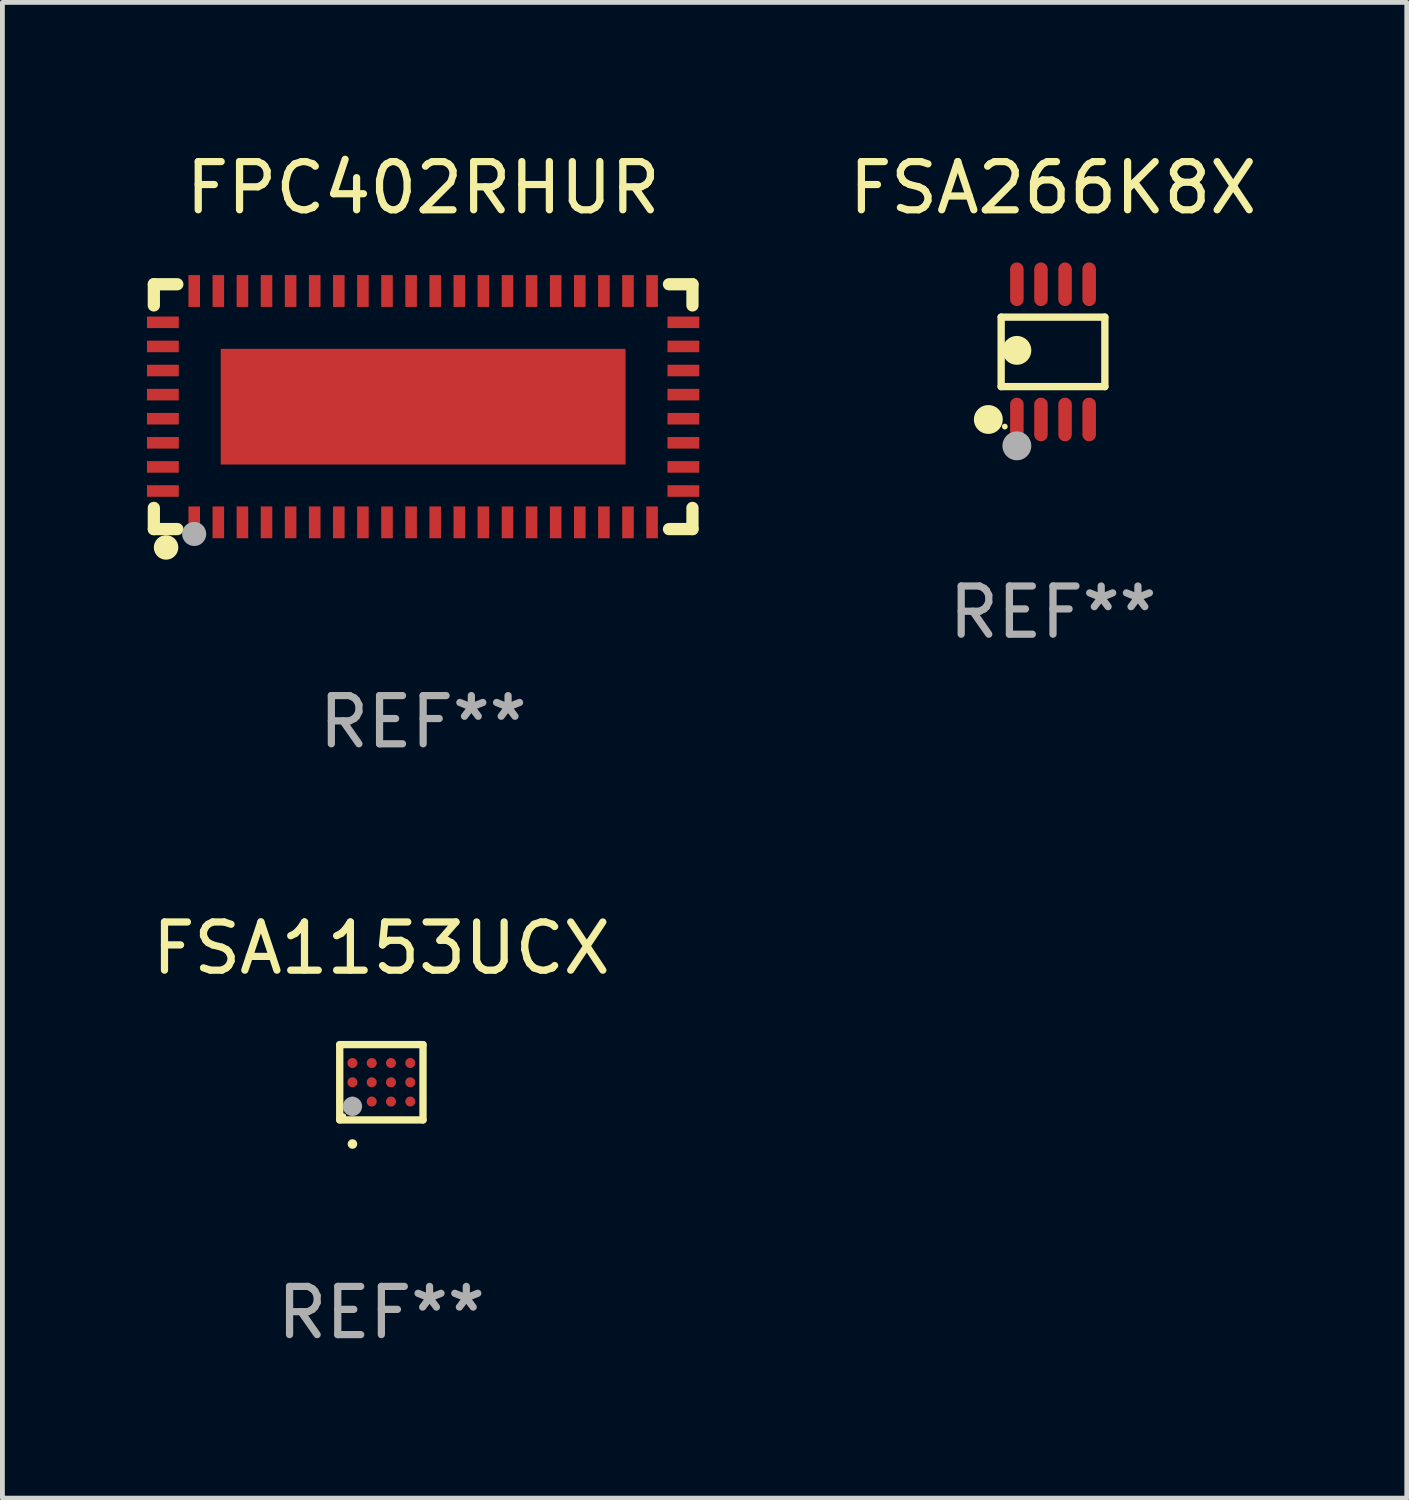
<source format=kicad_pcb>
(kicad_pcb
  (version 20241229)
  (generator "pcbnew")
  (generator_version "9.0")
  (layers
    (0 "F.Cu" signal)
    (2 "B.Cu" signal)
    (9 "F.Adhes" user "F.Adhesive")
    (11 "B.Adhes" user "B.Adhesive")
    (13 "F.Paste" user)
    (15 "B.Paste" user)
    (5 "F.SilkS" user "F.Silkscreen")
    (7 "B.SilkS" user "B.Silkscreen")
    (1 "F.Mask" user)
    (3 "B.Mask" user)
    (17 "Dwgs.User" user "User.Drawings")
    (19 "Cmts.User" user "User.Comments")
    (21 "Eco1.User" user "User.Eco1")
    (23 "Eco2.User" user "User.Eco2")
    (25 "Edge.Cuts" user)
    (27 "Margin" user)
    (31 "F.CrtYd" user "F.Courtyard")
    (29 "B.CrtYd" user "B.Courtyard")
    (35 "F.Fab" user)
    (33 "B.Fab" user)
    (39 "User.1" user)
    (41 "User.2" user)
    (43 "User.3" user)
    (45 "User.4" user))
  (footprint "FPC402RHUR"
    (layer "F.Cu")
    (at 5.73 5.388)
    (property "Reference" "FPC402RHUR" (at 0 -4.54 0) (layer "F.SilkS") (effects (font (size 1 1) (thickness 0.15))))
    (attr through_hole)
    (fp_line (start -5.588 -2.54) (end -5.101 -2.54) (stroke (width 0.254) (type solid)) (layer "F.SilkS"))
    (fp_line (start -5.588 -2.101) (end -5.588 -2.54) (stroke (width 0.254) (type solid)) (layer "F.SilkS"))
    (fp_line (start -5.588 2.54) (end -5.588 2.101) (stroke (width 0.254) (type solid)) (layer "F.SilkS"))
    (fp_line (start -5.101 2.54) (end -5.588 2.54) (stroke (width 0.254) (type solid)) (layer "F.SilkS"))
    (fp_line (start 5.101 -2.54) (end 5.588 -2.54) (stroke (width 0.254) (type solid)) (layer "F.SilkS"))
    (fp_line (start 5.588 -2.54) (end 5.588 -2.101) (stroke (width 0.254) (type solid)) (layer "F.SilkS"))
    (fp_line (start 5.588 2.101) (end 5.588 2.54) (stroke (width 0.254) (type solid)) (layer "F.SilkS"))
    (fp_line (start 5.588 2.54) (end 5.101 2.54) (stroke (width 0.254) (type solid)) (layer "F.SilkS"))
    (fp_circle (center -5.5 2.5) (end -5.47 2.5) (stroke (width 0.06) (type solid)) (fill no) (layer "F.SilkS"))
    (fp_circle (center -5.334 2.921) (end -5.207 2.921) (stroke (width 0.254) (type solid)) (fill no) (layer "F.SilkS"))
    (fp_circle (center -4.751 2.641) (end -4.626 2.641) (stroke (width 0.25) (type solid)) (fill no) (layer "F.Fab"))
    (fp_text user "REF**" (at 0 6.54 0) (layer "F.Fab") (effects (font (size 1 1) (thickness 0.15))))
    (pad "1" smd rect (at -4.75 2.4) (size 0.24 0.66) (layers "F.Cu" "F.Mask" "F.Paste"))
    (pad "2" smd rect (at -4.25 2.4) (size 0.24 0.66) (layers "F.Cu" "F.Mask" "F.Paste"))
    (pad "3" smd rect (at -3.75 2.4) (size 0.24 0.66) (layers "F.Cu" "F.Mask" "F.Paste"))
    (pad "4" smd rect (at -3.25 2.4) (size 0.24 0.66) (layers "F.Cu" "F.Mask" "F.Paste"))
    (pad "5" smd rect (at -2.75 2.4) (size 0.24 0.66) (layers "F.Cu" "F.Mask" "F.Paste"))
    (pad "6" smd rect (at -2.25 2.4) (size 0.24 0.66) (layers "F.Cu" "F.Mask" "F.Paste"))
    (pad "7" smd rect (at -1.75 2.4) (size 0.24 0.66) (layers "F.Cu" "F.Mask" "F.Paste"))
    (pad "8" smd rect (at -1.25 2.4) (size 0.24 0.66) (layers "F.Cu" "F.Mask" "F.Paste"))
    (pad "9" smd rect (at -0.75 2.4) (size 0.24 0.66) (layers "F.Cu" "F.Mask" "F.Paste"))
    (pad "10" smd rect (at -0.25 2.4) (size 0.24 0.66) (layers "F.Cu" "F.Mask" "F.Paste"))
    (pad "11" smd rect (at 0.25 2.4) (size 0.24 0.66) (layers "F.Cu" "F.Mask" "F.Paste"))
    (pad "12" smd rect (at 0.75 2.4) (size 0.24 0.66) (layers "F.Cu" "F.Mask" "F.Paste"))
    (pad "13" smd rect (at 1.25 2.4) (size 0.24 0.66) (layers "F.Cu" "F.Mask" "F.Paste"))
    (pad "14" smd rect (at 1.75 2.4) (size 0.24 0.66) (layers "F.Cu" "F.Mask" "F.Paste"))
    (pad "15" smd rect (at 2.25 2.4) (size 0.24 0.66) (layers "F.Cu" "F.Mask" "F.Paste"))
    (pad "16" smd rect (at 2.75 2.4) (size 0.24 0.66) (layers "F.Cu" "F.Mask" "F.Paste"))
    (pad "17" smd rect (at 3.25 2.4) (size 0.24 0.66) (layers "F.Cu" "F.Mask" "F.Paste"))
    (pad "18" smd rect (at 3.75 2.4) (size 0.24 0.66) (layers "F.Cu" "F.Mask" "F.Paste"))
    (pad "19" smd rect (at 4.25 2.4) (size 0.24 0.66) (layers "F.Cu" "F.Mask" "F.Paste"))
    (pad "20" smd rect (at 4.75 2.4) (size 0.24 0.66) (layers "F.Cu" "F.Mask" "F.Paste"))
    (pad "21" smd rect (at 5.4 1.75) (size 0.66 0.24) (layers "F.Cu" "F.Mask" "F.Paste"))
    (pad "22" smd rect (at 5.4 1.25) (size 0.66 0.24) (layers "F.Cu" "F.Mask" "F.Paste"))
    (pad "23" smd rect (at 5.4 0.75) (size 0.66 0.24) (layers "F.Cu" "F.Mask" "F.Paste"))
    (pad "24" smd rect (at 5.4 0.25) (size 0.66 0.24) (layers "F.Cu" "F.Mask" "F.Paste"))
    (pad "25" smd rect (at 5.4 -0.25) (size 0.66 0.24) (layers "F.Cu" "F.Mask" "F.Paste"))
    (pad "26" smd rect (at 5.4 -0.75) (size 0.66 0.24) (layers "F.Cu" "F.Mask" "F.Paste"))
    (pad "27" smd rect (at 5.4 -1.25) (size 0.66 0.24) (layers "F.Cu" "F.Mask" "F.Paste"))
    (pad "28" smd rect (at 5.4 -1.75) (size 0.66 0.24) (layers "F.Cu" "F.Mask" "F.Paste"))
    (pad "29" smd rect (at 4.75 -2.4) (size 0.24 0.66) (layers "F.Cu" "F.Mask" "F.Paste"))
    (pad "30" smd rect (at 4.25 -2.4) (size 0.24 0.66) (layers "F.Cu" "F.Mask" "F.Paste"))
    (pad "31" smd rect (at 3.75 -2.4) (size 0.24 0.66) (layers "F.Cu" "F.Mask" "F.Paste"))
    (pad "32" smd rect (at 3.25 -2.4) (size 0.24 0.66) (layers "F.Cu" "F.Mask" "F.Paste"))
    (pad "33" smd rect (at 2.75 -2.4) (size 0.24 0.66) (layers "F.Cu" "F.Mask" "F.Paste"))
    (pad "34" smd rect (at 2.25 -2.4) (size 0.24 0.66) (layers "F.Cu" "F.Mask" "F.Paste"))
    (pad "35" smd rect (at 1.75 -2.4) (size 0.24 0.66) (layers "F.Cu" "F.Mask" "F.Paste"))
    (pad "36" smd rect (at 1.25 -2.4) (size 0.24 0.66) (layers "F.Cu" "F.Mask" "F.Paste"))
    (pad "37" smd rect (at 0.75 -2.4) (size 0.24 0.66) (layers "F.Cu" "F.Mask" "F.Paste"))
    (pad "38" smd rect (at 0.25 -2.4) (size 0.24 0.66) (layers "F.Cu" "F.Mask" "F.Paste"))
    (pad "39" smd rect (at -0.25 -2.4) (size 0.24 0.66) (layers "F.Cu" "F.Mask" "F.Paste"))
    (pad "40" smd rect (at -0.75 -2.4) (size 0.24 0.66) (layers "F.Cu" "F.Mask" "F.Paste"))
    (pad "41" smd rect (at -1.25 -2.4) (size 0.24 0.66) (layers "F.Cu" "F.Mask" "F.Paste"))
    (pad "42" smd rect (at -1.75 -2.4) (size 0.24 0.66) (layers "F.Cu" "F.Mask" "F.Paste"))
    (pad "43" smd rect (at -2.25 -2.4) (size 0.24 0.66) (layers "F.Cu" "F.Mask" "F.Paste"))
    (pad "44" smd rect (at -2.75 -2.4) (size 0.24 0.66) (layers "F.Cu" "F.Mask" "F.Paste"))
    (pad "45" smd rect (at -3.25 -2.4) (size 0.24 0.66) (layers "F.Cu" "F.Mask" "F.Paste"))
    (pad "46" smd rect (at -3.75 -2.4) (size 0.24 0.66) (layers "F.Cu" "F.Mask" "F.Paste"))
    (pad "47" smd rect (at -4.25 -2.4) (size 0.24 0.66) (layers "F.Cu" "F.Mask" "F.Paste"))
    (pad "48" smd rect (at -4.75 -2.4) (size 0.24 0.66) (layers "F.Cu" "F.Mask" "F.Paste"))
    (pad "49" smd rect (at -5.4 -1.75) (size 0.66 0.24) (layers "F.Cu" "F.Mask" "F.Paste"))
    (pad "50" smd rect (at -5.4 -1.25) (size 0.66 0.24) (layers "F.Cu" "F.Mask" "F.Paste"))
    (pad "51" smd rect (at -5.4 -0.75) (size 0.66 0.24) (layers "F.Cu" "F.Mask" "F.Paste"))
    (pad "52" smd rect (at -5.4 -0.25) (size 0.66 0.24) (layers "F.Cu" "F.Mask" "F.Paste"))
    (pad "53" smd rect (at -5.4 0.25) (size 0.66 0.24) (layers "F.Cu" "F.Mask" "F.Paste"))
    (pad "54" smd rect (at -5.4 0.75) (size 0.66 0.24) (layers "F.Cu" "F.Mask" "F.Paste"))
    (pad "55" smd rect (at -5.4 1.25) (size 0.66 0.24) (layers "F.Cu" "F.Mask" "F.Paste"))
    (pad "56" smd rect (at -5.4 1.75) (size 0.66 0.24) (layers "F.Cu" "F.Mask" "F.Paste"))
    (pad "57" smd rect (at 0.000051 0) (size 8.4 2.4) (layers "F.Cu" "F.Mask" "F.Paste")))
  (footprint "FSA1153UCX"
    (layer "F.Cu")
    (at 4.863 19.406)
    (property "Reference" "FSA1153UCX" (at 0 -2.781 0) (layer "F.SilkS") (effects (font (size 1 1) (thickness 0.15))))
    (attr through_hole)
    (fp_line (start -0.864 -0.781) (end 0.864 -0.781) (stroke (width 0.152) (type solid)) (layer "F.SilkS"))
    (fp_line (start -0.864 0.781) (end -0.864 -0.781) (stroke (width 0.152) (type solid)) (layer "F.SilkS"))
    (fp_line (start 0.864 -0.781) (end 0.864 0.781) (stroke (width 0.152) (type solid)) (layer "F.SilkS"))
    (fp_line (start 0.864 0.781) (end -0.864 0.781) (stroke (width 0.152) (type solid)) (layer "F.SilkS"))
    (fp_circle (center -0.787 0.705) (end -0.757 0.705) (stroke (width 0.06) (type solid)) (fill no) (layer "F.SilkS"))
    (fp_circle (center -0.6 1.281) (end -0.55 1.281) (stroke (width 0.1) (type solid)) (fill no) (layer "F.SilkS"))
    (fp_circle (center -0.6 0.5) (end -0.5 0.5) (stroke (width 0.2) (type solid)) (fill no) (layer "F.Fab"))
    (fp_text user "REF**" (at 0 4.781 0) (layer "F.Fab") (effects (font (size 1 1) (thickness 0.15))))
    (pad "A1" smd circle (at -0.6 0.4) (size 0.208 0.208) (layers "F.Cu" "F.Mask" "F.Paste"))
    (pad "A2" smd circle (at -0.6 0) (size 0.208 0.208) (layers "F.Cu" "F.Mask" "F.Paste"))
    (pad "A3" smd circle (at -0.6 -0.4) (size 0.208 0.208) (layers "F.Cu" "F.Mask" "F.Paste"))
    (pad "B1" smd circle (at -0.2 0.4) (size 0.208 0.208) (layers "F.Cu" "F.Mask" "F.Paste"))
    (pad "B2" smd circle (at -0.2 0) (size 0.208 0.208) (layers "F.Cu" "F.Mask" "F.Paste"))
    (pad "B3" smd circle (at -0.2 -0.4) (size 0.208 0.208) (layers "F.Cu" "F.Mask" "F.Paste"))
    (pad "C1" smd circle (at 0.2 0.4) (size 0.208 0.208) (layers "F.Cu" "F.Mask" "F.Paste"))
    (pad "C2" smd circle (at 0.2 0) (size 0.208 0.208) (layers "F.Cu" "F.Mask" "F.Paste"))
    (pad "C3" smd circle (at 0.2 -0.4) (size 0.208 0.208) (layers "F.Cu" "F.Mask" "F.Paste"))
    (pad "D1" smd circle (at 0.6 0.4) (size 0.208 0.208) (layers "F.Cu" "F.Mask" "F.Paste"))
    (pad "D2" smd circle (at 0.6 0) (size 0.208 0.208) (layers "F.Cu" "F.Mask" "F.Paste"))
    (pad "D3" smd circle (at 0.6 -0.4) (size 0.208 0.208) (layers "F.Cu" "F.Mask" "F.Paste")))
  (footprint "FSA266K8X"
    (layer "F.Cu")
    (at 18.799 4.251)
    (property "Reference" "FSA266K8X" (at 0 -3.403 0) (layer "F.SilkS") (effects (font (size 1 1) (thickness 0.15))))
    (attr through_hole)
    (fp_line (start -1.076 -0.721) (end 1.076 -0.721) (stroke (width 0.152) (type solid)) (layer "F.SilkS"))
    (fp_line (start -1.076 0.721) (end -1.076 -0.721) (stroke (width 0.152) (type solid)) (layer "F.SilkS"))
    (fp_line (start 1.076 -0.721) (end 1.076 0.721) (stroke (width 0.152) (type solid)) (layer "F.SilkS"))
    (fp_line (start 1.076 0.721) (end -1.076 0.721) (stroke (width 0.152) (type solid)) (layer "F.SilkS"))
    (fp_circle (center -1.342 1.403) (end -1.192 1.403) (stroke (width 0.3) (type solid)) (fill no) (layer "F.SilkS"))
    (fp_circle (center -1 1.55) (end -0.97 1.55) (stroke (width 0.06) (type solid)) (fill no) (layer "F.SilkS"))
    (fp_circle (center -0.75 -0.031) (end -0.6 -0.031) (stroke (width 0.3) (type solid)) (fill no) (layer "F.SilkS"))
    (fp_circle (center -0.75 1.95) (end -0.6 1.95) (stroke (width 0.3) (type solid)) (fill no) (layer "F.Fab"))
    (fp_text user "REF**" (at 0 5.403 0) (layer "F.Fab") (effects (font (size 1 1) (thickness 0.15))))
    (pad "1" smd oval (at -0.75 1.403) (size 0.28 0.905) (layers "F.Cu" "F.Mask" "F.Paste"))
    (pad "2" smd oval (at -0.25 1.403) (size 0.28 0.905) (layers "F.Cu" "F.Mask" "F.Paste"))
    (pad "3" smd oval (at 0.25 1.403) (size 0.28 0.905) (layers "F.Cu" "F.Mask" "F.Paste"))
    (pad "4" smd oval (at 0.75 1.403) (size 0.28 0.905) (layers "F.Cu" "F.Mask" "F.Paste"))
    (pad "5" smd oval (at 0.75 -1.403) (size 0.28 0.905) (layers "F.Cu" "F.Mask" "F.Paste"))
    (pad "6" smd oval (at 0.25 -1.403) (size 0.28 0.905) (layers "F.Cu" "F.Mask" "F.Paste"))
    (pad "7" smd oval (at -0.25 -1.403) (size 0.28 0.905) (layers "F.Cu" "F.Mask" "F.Paste"))
    (pad "8" smd oval (at -0.75 -1.403) (size 0.28 0.905) (layers "F.Cu" "F.Mask" "F.Paste")))
  (gr_rect
    (start -3 -3)
    (end 26.139 28.035)
    (stroke (width 0.1) (type default))
    (fill no)
    (layer "Edge.Cuts")))
</source>
